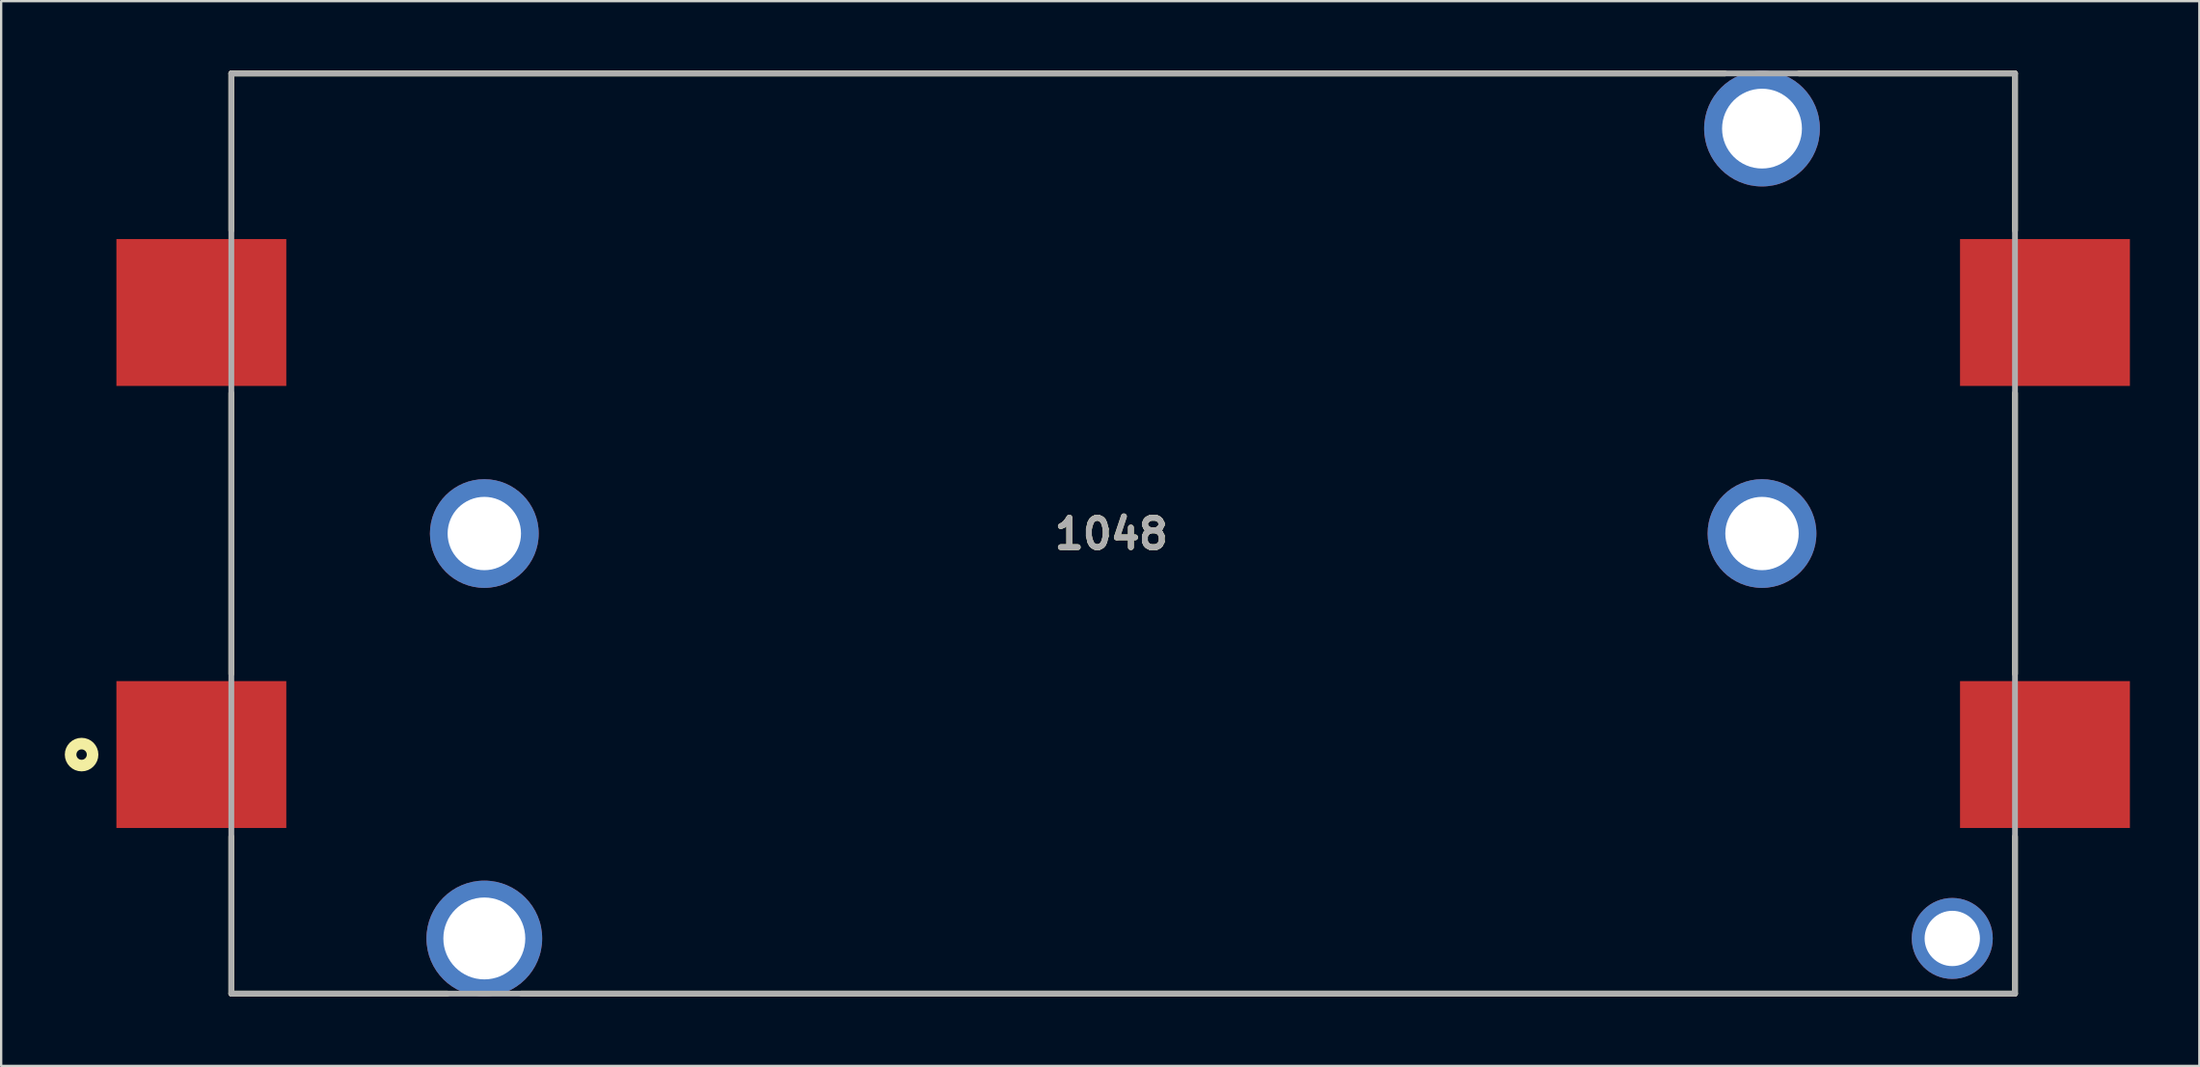
<source format=kicad_pcb>
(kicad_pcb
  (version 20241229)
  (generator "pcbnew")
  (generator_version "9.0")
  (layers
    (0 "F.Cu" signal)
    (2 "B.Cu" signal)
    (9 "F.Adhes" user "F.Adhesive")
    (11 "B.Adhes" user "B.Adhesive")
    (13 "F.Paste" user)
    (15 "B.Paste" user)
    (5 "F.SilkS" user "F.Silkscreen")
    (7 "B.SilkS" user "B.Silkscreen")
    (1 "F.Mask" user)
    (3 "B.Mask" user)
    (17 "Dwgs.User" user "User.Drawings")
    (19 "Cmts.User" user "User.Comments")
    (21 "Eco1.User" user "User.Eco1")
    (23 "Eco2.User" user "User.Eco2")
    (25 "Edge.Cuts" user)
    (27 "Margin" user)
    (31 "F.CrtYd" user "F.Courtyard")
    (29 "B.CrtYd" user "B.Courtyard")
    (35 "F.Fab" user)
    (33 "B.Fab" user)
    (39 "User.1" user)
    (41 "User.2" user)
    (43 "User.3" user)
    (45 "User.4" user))
  (footprint "1048"
    (layer "F.Cu")
    (at 17.874 37.52)
    (property "Reference" "1048" (at 27.087 -17.49 0) (layer "F.SilkS") (effects (font (size 1.27 1.27) (thickness 0.254))))
    (attr through_hole)
    (fp_line (start -10.93 -37.395) (end -10.93 -30.605) (stroke (width 0.25) (type solid)) (layer "F.SilkS"))
    (fp_line (start -10.93 -37.395) (end 53.6 -37.395) (stroke (width 0.25) (type solid)) (layer "F.SilkS"))
    (fp_line (start -10.93 -23.574) (end -10.93 -11.436) (stroke (width 0.25) (type solid)) (layer "F.SilkS"))
    (fp_line (start -10.93 2.385) (end -10.93 -4.405) (stroke (width 0.25) (type solid)) (layer "F.SilkS"))
    (fp_line (start -10.93 2.385) (end -1.6 2.385) (stroke (width 0.25) (type solid)) (layer "F.SilkS"))
    (fp_line (start 66.13 -37.395) (end 56.8 -37.395) (stroke (width 0.25) (type solid)) (layer "F.SilkS"))
    (fp_line (start 66.13 -37.395) (end 66.13 -30.605) (stroke (width 0.25) (type solid)) (layer "F.SilkS"))
    (fp_line (start 66.13 -23.574) (end 66.13 -11.436) (stroke (width 0.25) (type solid)) (layer "F.SilkS"))
    (fp_line (start 66.13 2.385) (end 1.6 2.385) (stroke (width 0.25) (type solid)) (layer "F.SilkS"))
    (fp_line (start 66.13 2.385) (end 66.13 -4.405) (stroke (width 0.25) (type solid)) (layer "F.SilkS"))
    (fp_circle (center -17.399 -7.948) (end -17.399 -7.723) (stroke (width 0.5) (type solid)) (fill no) (layer "F.SilkS"))
    (fp_line (start -10.93 -37.395) (end 66.13 -37.395) (stroke (width 0.25) (type solid)) (layer "F.Fab"))
    (fp_line (start -10.93 2.385) (end -10.93 -37.395) (stroke (width 0.25) (type solid)) (layer "F.Fab"))
    (fp_line (start 66.13 -37.395) (end 66.13 2.385) (stroke (width 0.25) (type solid)) (layer "F.Fab"))
    (fp_line (start 66.13 2.385) (end -10.93 2.385) (stroke (width 0.25) (type solid)) (layer "F.Fab"))
    (fp_text user "${REFERENCE}" (at 27.087 -17.49 0) (layer "F.Fab") (effects (font (size 1.27 1.27) (thickness 0.254))))
    (pad "1" smd rect (at 67.425 -7.95 90) (size 6.35 7.34) (layers "F.Cu" "F.Mask" "F.Paste"))
    (pad "2" smd rect (at 67.425 -27.06 90) (size 6.35 7.34) (layers "F.Cu" "F.Mask" "F.Paste"))
    (pad "3" smd rect (at -12.225 -27.06 90) (size 6.35 7.34) (layers "F.Cu" "F.Mask" "F.Paste"))
    (pad "4" smd rect (at -12.225 -7.95 90) (size 6.35 7.34) (layers "F.Cu" "F.Mask" "F.Paste"))
    (pad "5" thru_hole circle (at 0 -17.505) (size 4.7 4.7) (drill 3.17) (layers "*.Cu" "*.Mask"))
    (pad "6" thru_hole circle (at 0 0) (size 5 5) (drill 3.54) (layers "*.Cu" "*.Mask"))
    (pad "7" thru_hole circle (at 55.2 -17.505) (size 4.7 4.7) (drill 3.17) (layers "*.Cu" "*.Mask"))
    (pad "8" thru_hole circle (at 63.42 0) (size 3.5 3.5) (drill 2.39) (layers "*.Cu" "*.Mask"))
    (pad "9" thru_hole circle (at 55.2 -35.01) (size 5 5) (drill 3.45) (layers "*.Cu" "*.Mask")))
  (gr_rect
    (start -3 -3)
    (end 91.969 43.03)
    (stroke (width 0.1) (type default))
    (fill no)
    (layer "Edge.Cuts")))
</source>
